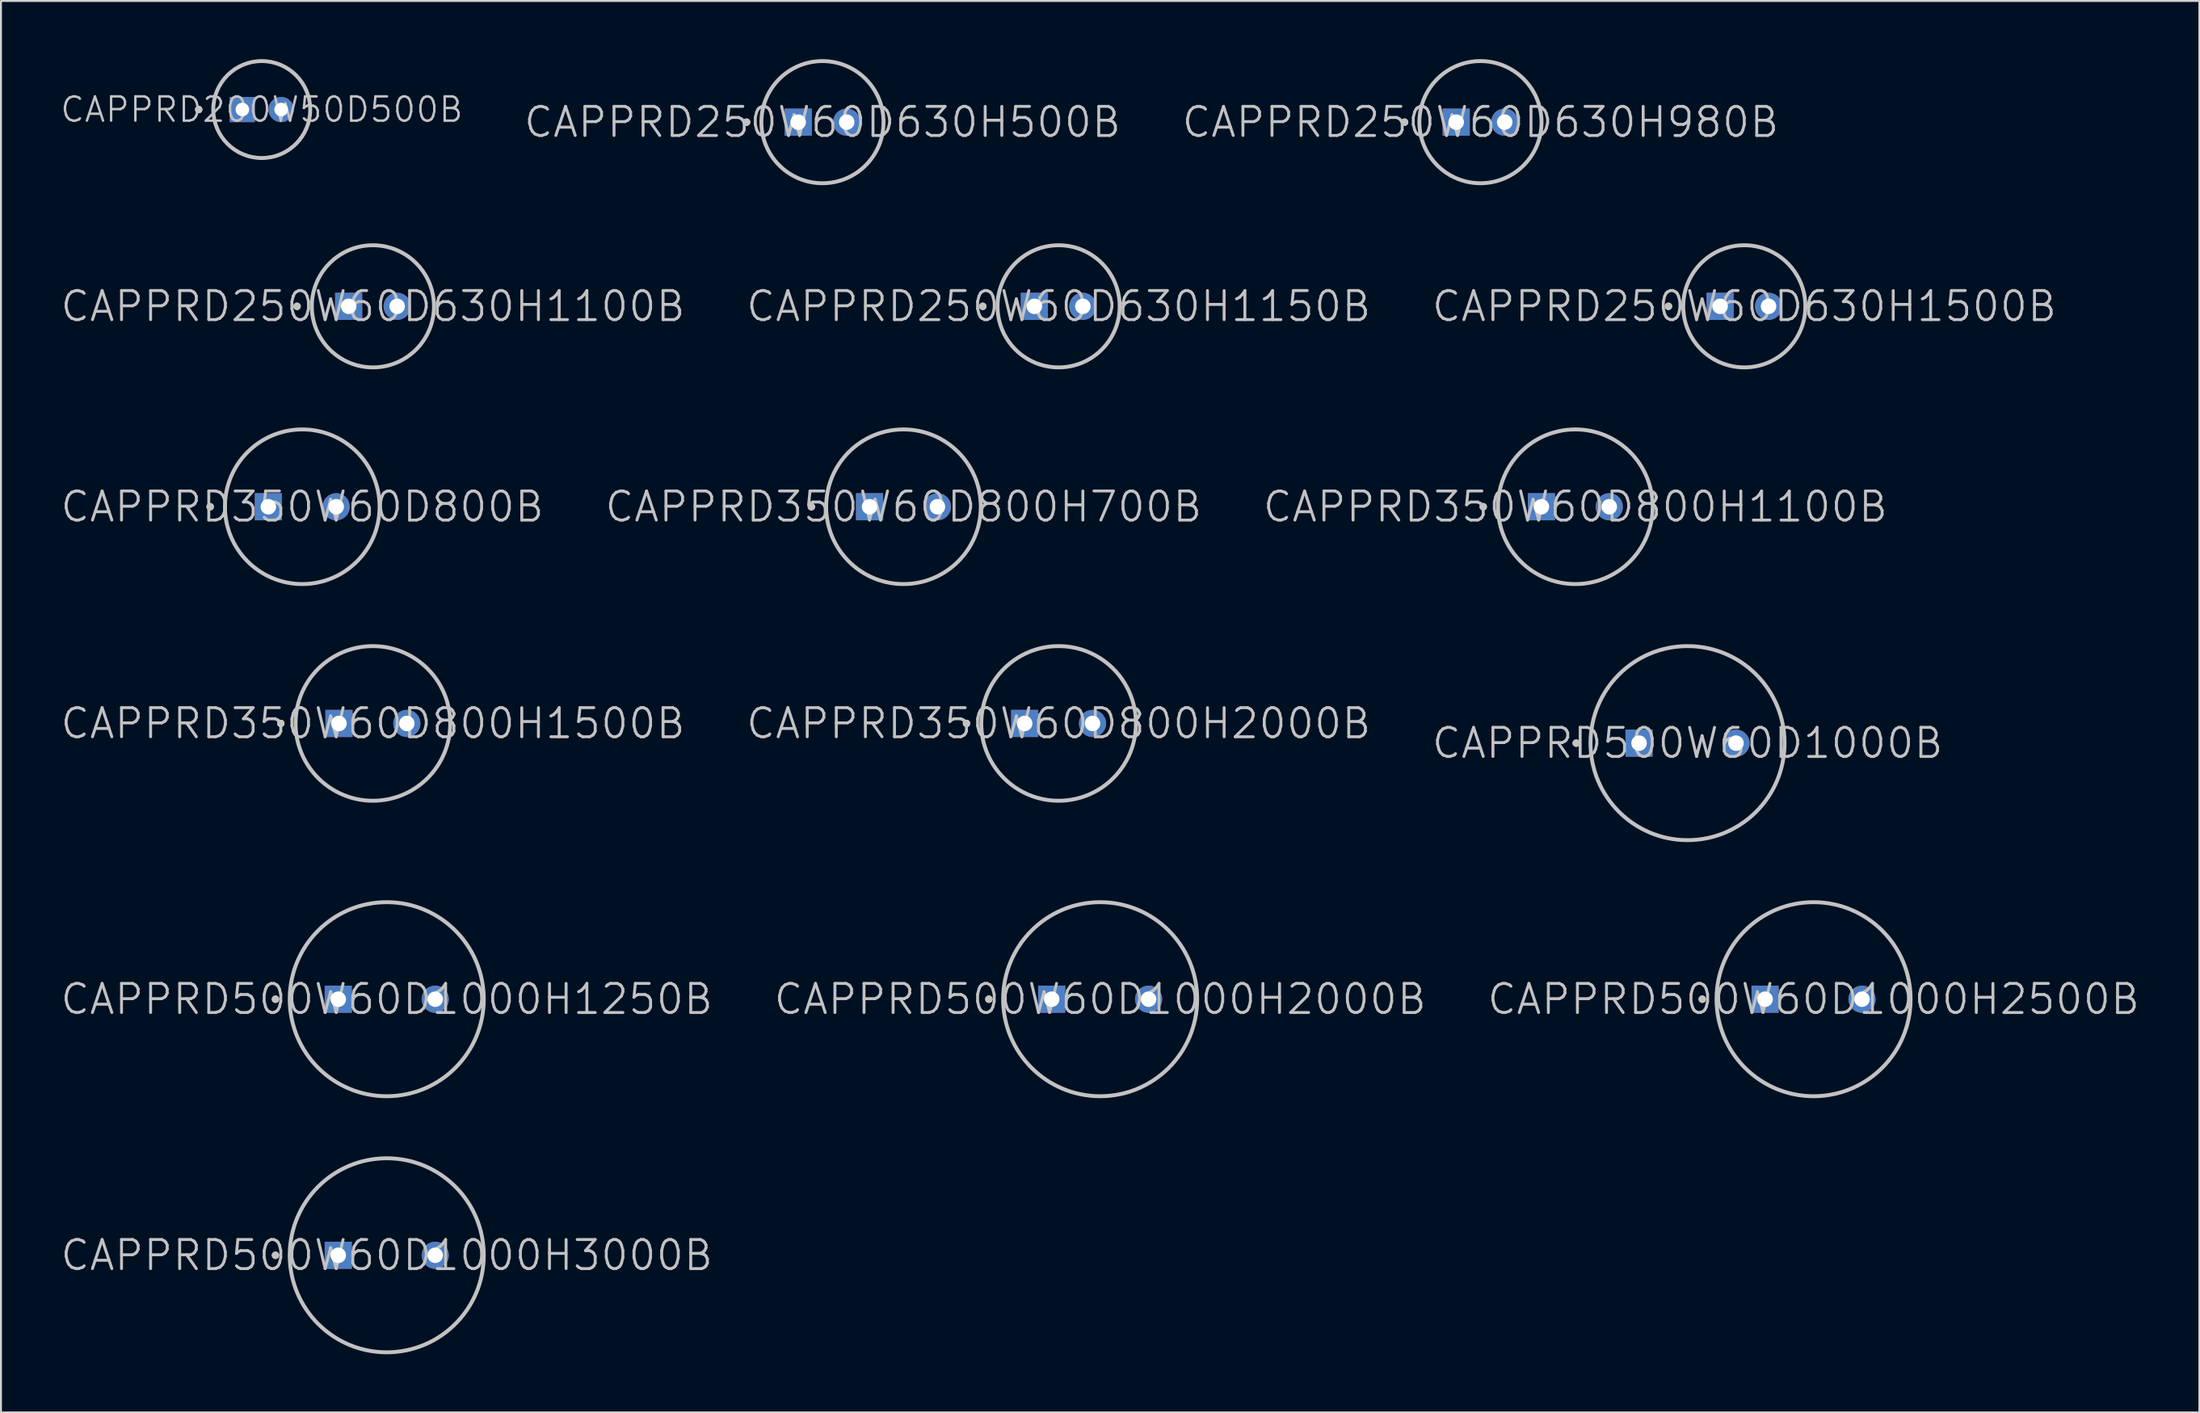
<source format=kicad_pcb>
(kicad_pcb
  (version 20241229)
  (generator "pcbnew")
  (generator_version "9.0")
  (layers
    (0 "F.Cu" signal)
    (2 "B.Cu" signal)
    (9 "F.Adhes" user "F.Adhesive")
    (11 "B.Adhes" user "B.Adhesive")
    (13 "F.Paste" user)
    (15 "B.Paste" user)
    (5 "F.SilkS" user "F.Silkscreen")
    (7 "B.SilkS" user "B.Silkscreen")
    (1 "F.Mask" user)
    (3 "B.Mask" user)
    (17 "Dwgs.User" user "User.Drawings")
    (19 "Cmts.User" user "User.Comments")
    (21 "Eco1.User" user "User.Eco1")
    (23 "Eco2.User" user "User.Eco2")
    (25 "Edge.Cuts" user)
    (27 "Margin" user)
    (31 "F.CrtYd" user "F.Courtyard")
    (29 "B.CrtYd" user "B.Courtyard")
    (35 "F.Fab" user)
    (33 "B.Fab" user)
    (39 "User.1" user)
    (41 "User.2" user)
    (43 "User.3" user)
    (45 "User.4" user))
  (footprint "CAPPRD500W60D1000H2000B"
    (layer "F.Cu")
    (at 53.689 48.485)
    (property "Reference" "CAPPRD500W60D1000H2000B" (at 0 0 0) (layer "Dwgs.User") (effects (font (size 1.5 1.5) (thickness 0.15))))
    (attr through_hole)
    (fp_line (start -5.74 0) (end -5.74 0) (stroke (width 0.381) (type solid)) (layer "F.SilkS"))
    (fp_line (start -5.74 0) (end -5.74 0) (stroke (width 0.381) (type solid)) (layer "Dwgs.User"))
    (fp_circle (center 0 0) (end 5.004 0) (stroke (width 0.2) (type solid)) (fill no) (layer "Dwgs.User"))
    (pad "1" thru_hole rect (at -2.5 0) (size 1.4 1.4) (drill 0.8) (layers "*.Cu" "*.Mask"))
    (pad "2" thru_hole circle (at 2.5 0) (size 1.4 1.4) (drill 0.8) (layers "*.Cu" "*.Mask")))
  (footprint "CAPPRD500W60D1000B"
    (layer "F.Cu")
    (at 83.982 35.278)
    (property "Reference" "CAPPRD500W60D1000B" (at 0 0 0) (layer "Dwgs.User") (effects (font (size 1.5 1.5) (thickness 0.15))))
    (attr through_hole)
    (fp_line (start -5.74 0) (end -5.74 0) (stroke (width 0.381) (type solid)) (layer "F.SilkS"))
    (fp_line (start -5.74 0) (end -5.74 0) (stroke (width 0.381) (type solid)) (layer "Dwgs.User"))
    (fp_circle (center 0 0) (end 5.004 0) (stroke (width 0.2) (type solid)) (fill no) (layer "Dwgs.User"))
    (pad "1" thru_hole rect (at -2.5 0) (size 1.4 1.4) (drill 0.8) (layers "*.Cu" "*.Mask"))
    (pad "2" thru_hole circle (at 2.5 0) (size 1.4 1.4) (drill 0.8) (layers "*.Cu" "*.Mask")))
  (footprint "CAPPRD250W60D630H1100B"
    (layer "F.Cu")
    (at 16.182 12.749)
    (property "Reference" "CAPPRD250W60D630H1100B" (at 0 0 0) (layer "Dwgs.User") (effects (font (size 1.5 1.5) (thickness 0.15))))
    (attr through_hole)
    (fp_line (start -3.912 0) (end -3.912 0) (stroke (width 0.381) (type solid)) (layer "F.SilkS"))
    (fp_line (start -3.912 0) (end -3.912 0) (stroke (width 0.381) (type solid)) (layer "Dwgs.User"))
    (fp_circle (center 0 0) (end 3.15 0) (stroke (width 0.2) (type solid)) (fill no) (layer "Dwgs.User"))
    (pad "1" thru_hole rect (at -1.25 0) (size 1.4 1.4) (drill 0.8) (layers "*.Cu" "*.Mask"))
    (pad "2" thru_hole circle (at 1.25 0) (size 1.4 1.4) (drill 0.8) (layers "*.Cu" "*.Mask")))
  (footprint "CAPPRD500W60D1000H3000B"
    (layer "F.Cu")
    (at 16.896 61.693)
    (property "Reference" "CAPPRD500W60D1000H3000B" (at 0 0 0) (layer "Dwgs.User") (effects (font (size 1.5 1.5) (thickness 0.15))))
    (attr through_hole)
    (fp_line (start -5.74 0) (end -5.74 0) (stroke (width 0.381) (type solid)) (layer "F.SilkS"))
    (fp_line (start -5.74 0) (end -5.74 0) (stroke (width 0.381) (type solid)) (layer "Dwgs.User"))
    (fp_circle (center 0 0) (end 5.004 0) (stroke (width 0.2) (type solid)) (fill no) (layer "Dwgs.User"))
    (pad "1" thru_hole rect (at -2.5 0) (size 1.4 1.4) (drill 0.8) (layers "*.Cu" "*.Mask"))
    (pad "2" thru_hole circle (at 2.5 0) (size 1.4 1.4) (drill 0.8) (layers "*.Cu" "*.Mask")))
  (footprint "CAPPRD200W50D500B"
    (layer "F.Cu")
    (at 10.449 2.6)
    (property "Reference" "CAPPRD200W50D500B" (at 0 0 0) (layer "Dwgs.User") (effects (font (size 1.25 1.25) (thickness 0.125))))
    (attr through_hole)
    (fp_line (start -3.25 0) (end -3.25 0) (stroke (width 0.381) (type solid)) (layer "F.SilkS"))
    (fp_line (start -3.25 0) (end -3.25 0) (stroke (width 0.381) (type solid)) (layer "Dwgs.User"))
    (fp_circle (center 0 0) (end 2.5 0) (stroke (width 0.2) (type solid)) (fill no) (layer "Dwgs.User"))
    (pad "1" thru_hole rect (at -1 0) (size 1.3 1.3) (drill 0.7) (layers "*.Cu" "*.Mask"))
    (pad "2" thru_hole circle (at 1 0) (size 1.3 1.3) (drill 0.7) (layers "*.Cu" "*.Mask")))
  (footprint "CAPPRD500W60D1000H2500B"
    (layer "F.Cu")
    (at 90.482 48.485)
    (property "Reference" "CAPPRD500W60D1000H2500B" (at 0 0 0) (layer "Dwgs.User") (effects (font (size 1.5 1.5) (thickness 0.15))))
    (attr through_hole)
    (fp_line (start -5.74 0) (end -5.74 0) (stroke (width 0.381) (type solid)) (layer "F.SilkS"))
    (fp_line (start -5.74 0) (end -5.74 0) (stroke (width 0.381) (type solid)) (layer "Dwgs.User"))
    (fp_circle (center 0 0) (end 5.004 0) (stroke (width 0.2) (type solid)) (fill no) (layer "Dwgs.User"))
    (pad "1" thru_hole rect (at -2.5 0) (size 1.4 1.4) (drill 0.8) (layers "*.Cu" "*.Mask"))
    (pad "2" thru_hole circle (at 2.5 0) (size 1.4 1.4) (drill 0.8) (layers "*.Cu" "*.Mask")))
  (footprint "CAPPRD250W60D630H980B"
    (layer "F.Cu")
    (at 73.302 3.25)
    (property "Reference" "CAPPRD250W60D630H980B" (at 0 0 0) (layer "Dwgs.User") (effects (font (size 1.5 1.5) (thickness 0.15))))
    (attr through_hole)
    (fp_line (start -3.912 0) (end -3.912 0) (stroke (width 0.381) (type solid)) (layer "F.SilkS"))
    (fp_line (start -3.912 0) (end -3.912 0) (stroke (width 0.381) (type solid)) (layer "Dwgs.User"))
    (fp_circle (center 0 0) (end 3.15 0) (stroke (width 0.2) (type solid)) (fill no) (layer "Dwgs.User"))
    (pad "1" thru_hole rect (at -1.25 0) (size 1.4 1.4) (drill 0.8) (layers "*.Cu" "*.Mask"))
    (pad "2" thru_hole circle (at 1.25 0) (size 1.4 1.4) (drill 0.8) (layers "*.Cu" "*.Mask")))
  (footprint "CAPPRD250W60D630H500B"
    (layer "F.Cu")
    (at 39.367 3.25)
    (property "Reference" "CAPPRD250W60D630H500B" (at 0 0 0) (layer "Dwgs.User") (effects (font (size 1.5 1.5) (thickness 0.15))))
    (attr through_hole)
    (fp_line (start -3.912 0) (end -3.912 0) (stroke (width 0.381) (type solid)) (layer "F.SilkS"))
    (fp_line (start -3.912 0) (end -3.912 0) (stroke (width 0.381) (type solid)) (layer "Dwgs.User"))
    (fp_circle (center 0 0) (end 3.15 0) (stroke (width 0.2) (type solid)) (fill no) (layer "Dwgs.User"))
    (pad "1" thru_hole rect (at -1.25 0) (size 1.4 1.4) (drill 0.8) (layers "*.Cu" "*.Mask"))
    (pad "2" thru_hole circle (at 1.25 0) (size 1.4 1.4) (drill 0.8) (layers "*.Cu" "*.Mask")))
  (footprint "CAPPRD350W60D800H1500B"
    (layer "F.Cu")
    (at 16.182 34.262)
    (property "Reference" "CAPPRD350W60D800H1500B" (at 0 0 0) (layer "Dwgs.User") (effects (font (size 1.5 1.5) (thickness 0.15))))
    (attr through_hole)
    (fp_line (start -4.75 0) (end -4.75 0) (stroke (width 0.381) (type solid)) (layer "F.SilkS"))
    (fp_line (start -4.75 0) (end -4.75 0) (stroke (width 0.381) (type solid)) (layer "Dwgs.User"))
    (fp_circle (center 0 0) (end 3.988 0) (stroke (width 0.2) (type solid)) (fill no) (layer "Dwgs.User"))
    (pad "1" thru_hole rect (at -1.75 0) (size 1.4 1.4) (drill 0.8) (layers "*.Cu" "*.Mask"))
    (pad "2" thru_hole circle (at 1.75 0) (size 1.4 1.4) (drill 0.8) (layers "*.Cu" "*.Mask")))
  (footprint "CAPPRD500W60D1000H1250B"
    (layer "F.Cu")
    (at 16.896 48.485)
    (property "Reference" "CAPPRD500W60D1000H1250B" (at 0 0 0) (layer "Dwgs.User") (effects (font (size 1.5 1.5) (thickness 0.15))))
    (attr through_hole)
    (fp_line (start -5.74 0) (end -5.74 0) (stroke (width 0.381) (type solid)) (layer "F.SilkS"))
    (fp_line (start -5.74 0) (end -5.74 0) (stroke (width 0.381) (type solid)) (layer "Dwgs.User"))
    (fp_circle (center 0 0) (end 5.004 0) (stroke (width 0.2) (type solid)) (fill no) (layer "Dwgs.User"))
    (pad "1" thru_hole rect (at -2.5 0) (size 1.4 1.4) (drill 0.8) (layers "*.Cu" "*.Mask"))
    (pad "2" thru_hole circle (at 2.5 0) (size 1.4 1.4) (drill 0.8) (layers "*.Cu" "*.Mask")))
  (footprint "CAPPRD250W60D630H1150B"
    (layer "F.Cu")
    (at 51.546 12.749)
    (property "Reference" "CAPPRD250W60D630H1150B" (at 0 0 0) (layer "Dwgs.User") (effects (font (size 1.5 1.5) (thickness 0.15))))
    (attr through_hole)
    (fp_line (start -3.912 0) (end -3.912 0) (stroke (width 0.381) (type solid)) (layer "F.SilkS"))
    (fp_line (start -3.912 0) (end -3.912 0) (stroke (width 0.381) (type solid)) (layer "Dwgs.User"))
    (fp_circle (center 0 0) (end 3.15 0) (stroke (width 0.2) (type solid)) (fill no) (layer "Dwgs.User"))
    (pad "1" thru_hole rect (at -1.25 0) (size 1.4 1.4) (drill 0.8) (layers "*.Cu" "*.Mask"))
    (pad "2" thru_hole circle (at 1.25 0) (size 1.4 1.4) (drill 0.8) (layers "*.Cu" "*.Mask")))
  (footprint "CAPPRD350W60D800H1100B"
    (layer "F.Cu")
    (at 78.196 23.086)
    (property "Reference" "CAPPRD350W60D800H1100B" (at 0 0 0) (layer "Dwgs.User") (effects (font (size 1.5 1.5) (thickness 0.15))))
    (attr through_hole)
    (fp_line (start -4.75 0) (end -4.75 0) (stroke (width 0.381) (type solid)) (layer "F.SilkS"))
    (fp_line (start -4.75 0) (end -4.75 0) (stroke (width 0.381) (type solid)) (layer "Dwgs.User"))
    (fp_circle (center 0 0) (end 3.988 0) (stroke (width 0.2) (type solid)) (fill no) (layer "Dwgs.User"))
    (pad "1" thru_hole rect (at -1.75 0) (size 1.4 1.4) (drill 0.8) (layers "*.Cu" "*.Mask"))
    (pad "2" thru_hole circle (at 1.75 0) (size 1.4 1.4) (drill 0.8) (layers "*.Cu" "*.Mask")))
  (footprint "CAPPRD350W60D800H2000B"
    (layer "F.Cu")
    (at 51.546 34.262)
    (property "Reference" "CAPPRD350W60D800H2000B" (at 0 0 0) (layer "Dwgs.User") (effects (font (size 1.5 1.5) (thickness 0.15))))
    (attr through_hole)
    (fp_line (start -4.75 0) (end -4.75 0) (stroke (width 0.381) (type solid)) (layer "F.SilkS"))
    (fp_line (start -4.75 0) (end -4.75 0) (stroke (width 0.381) (type solid)) (layer "Dwgs.User"))
    (fp_circle (center 0 0) (end 3.988 0) (stroke (width 0.2) (type solid)) (fill no) (layer "Dwgs.User"))
    (pad "1" thru_hole rect (at -1.75 0) (size 1.4 1.4) (drill 0.8) (layers "*.Cu" "*.Mask"))
    (pad "2" thru_hole circle (at 1.75 0) (size 1.4 1.4) (drill 0.8) (layers "*.Cu" "*.Mask")))
  (footprint "CAPPRD350W60D800B"
    (layer "F.Cu")
    (at 12.539 23.086)
    (property "Reference" "CAPPRD350W60D800B" (at 0 0 0) (layer "Dwgs.User") (effects (font (size 1.5 1.5) (thickness 0.15))))
    (attr through_hole)
    (fp_line (start -4.75 0) (end -4.75 0) (stroke (width 0.381) (type solid)) (layer "F.SilkS"))
    (fp_line (start -4.75 0) (end -4.75 0) (stroke (width 0.381) (type solid)) (layer "Dwgs.User"))
    (fp_circle (center 0 0) (end 3.988 0) (stroke (width 0.2) (type solid)) (fill no) (layer "Dwgs.User"))
    (pad "1" thru_hole rect (at -1.75 0) (size 1.4 1.4) (drill 0.8) (layers "*.Cu" "*.Mask"))
    (pad "2" thru_hole circle (at 1.75 0) (size 1.4 1.4) (drill 0.8) (layers "*.Cu" "*.Mask")))
  (footprint "CAPPRD350W60D800H700B"
    (layer "F.Cu")
    (at 43.546 23.086)
    (property "Reference" "CAPPRD350W60D800H700B" (at 0 0 0) (layer "Dwgs.User") (effects (font (size 1.5 1.5) (thickness 0.15))))
    (attr through_hole)
    (fp_line (start -4.75 0) (end -4.75 0) (stroke (width 0.381) (type solid)) (layer "F.SilkS"))
    (fp_line (start -4.75 0) (end -4.75 0) (stroke (width 0.381) (type solid)) (layer "Dwgs.User"))
    (fp_circle (center 0 0) (end 3.988 0) (stroke (width 0.2) (type solid)) (fill no) (layer "Dwgs.User"))
    (pad "1" thru_hole rect (at -1.75 0) (size 1.4 1.4) (drill 0.8) (layers "*.Cu" "*.Mask"))
    (pad "2" thru_hole circle (at 1.75 0) (size 1.4 1.4) (drill 0.8) (layers "*.Cu" "*.Mask")))
  (footprint "CAPPRD250W60D630H1500B"
    (layer "F.Cu")
    (at 86.911 12.749)
    (property "Reference" "CAPPRD250W60D630H1500B" (at 0 0 0) (layer "Dwgs.User") (effects (font (size 1.5 1.5) (thickness 0.15))))
    (attr through_hole)
    (fp_line (start -3.912 0) (end -3.912 0) (stroke (width 0.381) (type solid)) (layer "F.SilkS"))
    (fp_line (start -3.912 0) (end -3.912 0) (stroke (width 0.381) (type solid)) (layer "Dwgs.User"))
    (fp_circle (center 0 0) (end 3.15 0) (stroke (width 0.2) (type solid)) (fill no) (layer "Dwgs.User"))
    (pad "1" thru_hole rect (at -1.25 0) (size 1.4 1.4) (drill 0.8) (layers "*.Cu" "*.Mask"))
    (pad "2" thru_hole circle (at 1.25 0) (size 1.4 1.4) (drill 0.8) (layers "*.Cu" "*.Mask")))
  (gr_rect
    (start -3 -3)
    (end 110.379 69.797)
    (stroke (width 0.1) (type default))
    (fill no)
    (layer "Edge.Cuts")))
</source>
